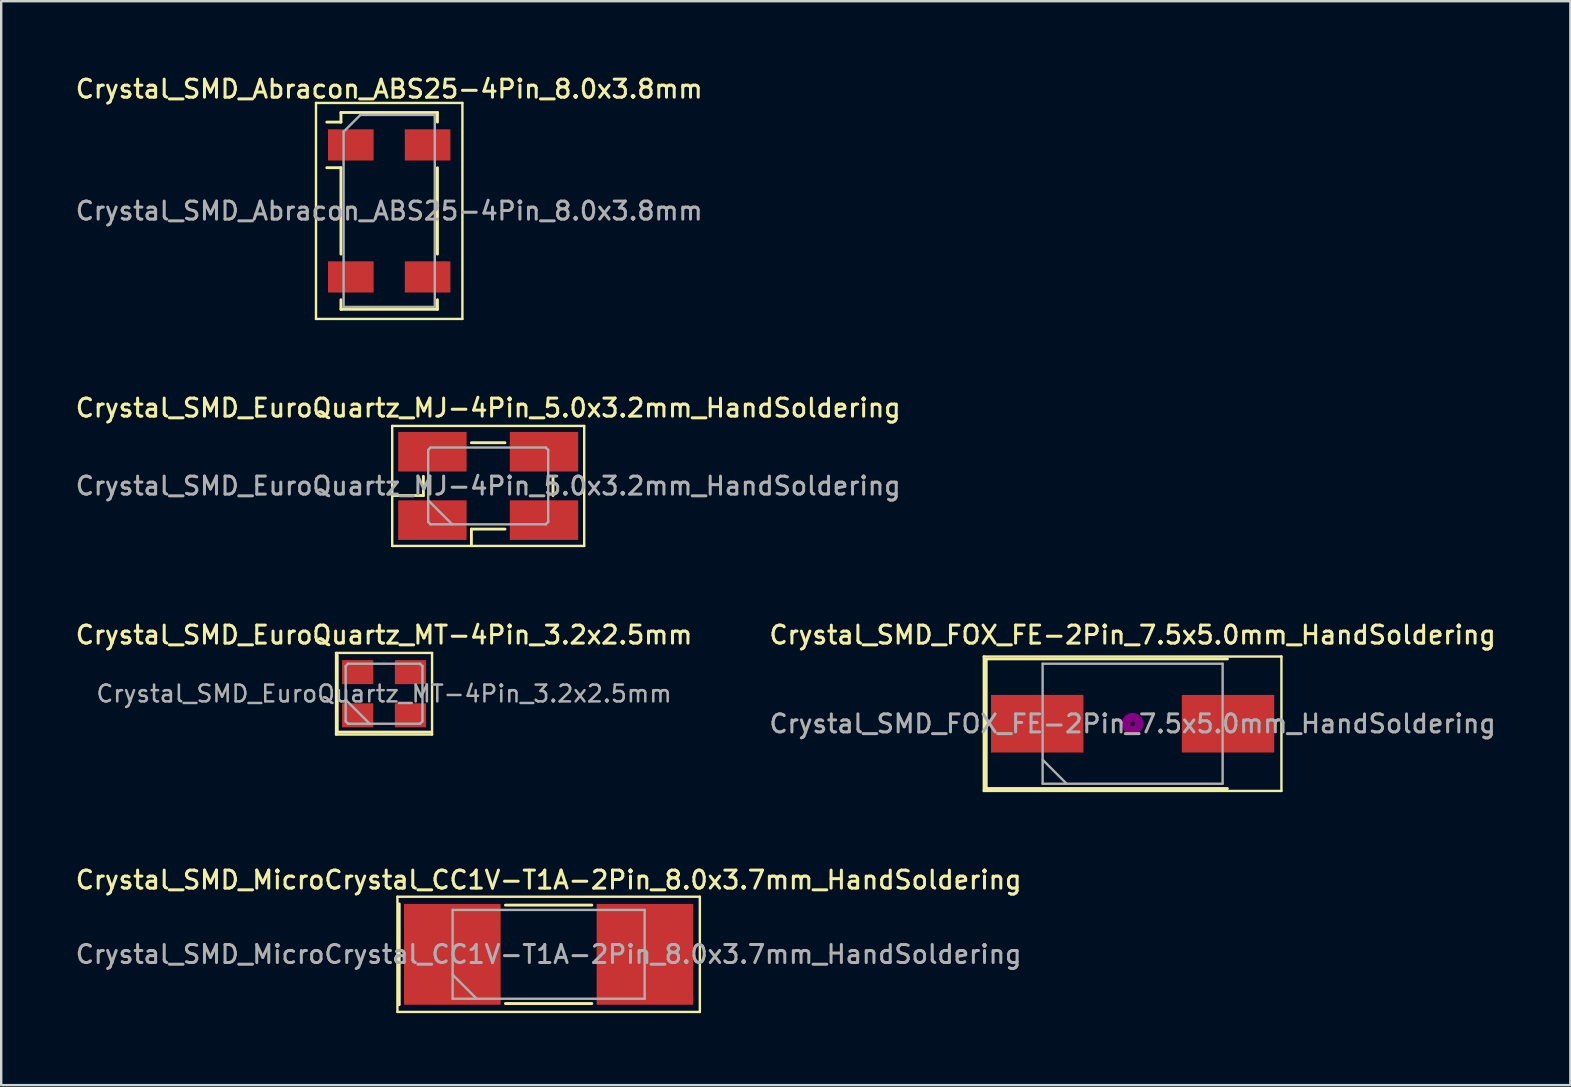
<source format=kicad_pcb>
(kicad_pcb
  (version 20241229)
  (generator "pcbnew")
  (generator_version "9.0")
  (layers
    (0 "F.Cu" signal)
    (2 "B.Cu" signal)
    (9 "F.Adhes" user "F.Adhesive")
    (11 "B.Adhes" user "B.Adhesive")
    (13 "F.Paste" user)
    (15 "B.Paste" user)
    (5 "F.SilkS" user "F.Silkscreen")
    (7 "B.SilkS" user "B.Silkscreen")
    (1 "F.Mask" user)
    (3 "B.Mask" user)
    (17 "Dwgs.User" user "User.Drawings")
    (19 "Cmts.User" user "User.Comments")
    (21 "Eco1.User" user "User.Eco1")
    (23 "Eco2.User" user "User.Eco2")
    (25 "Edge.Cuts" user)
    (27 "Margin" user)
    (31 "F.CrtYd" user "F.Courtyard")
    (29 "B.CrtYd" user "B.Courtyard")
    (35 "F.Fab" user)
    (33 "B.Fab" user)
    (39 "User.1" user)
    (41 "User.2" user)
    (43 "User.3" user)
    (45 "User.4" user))
  (footprint "Crystal_SMD_MicroCrystal_CC1V-T1A-2Pin_8.0x3.7mm_HandSoldering"
    (layer "F.Cu")
    (at 19.809 36.712)
    (property "Reference" "Crystal_SMD_MicroCrystal_CC1V-T1A-2Pin_8.0x3.7mm_HandSoldering" (at 0 -3.1 0) (layer "F.SilkS") (effects (font (size 0.75 0.75) (thickness 0.125))))
    (attr smd)
    (fp_line (start -6.3 -2.4) (end -6.3 2.4) (stroke (width 0.1) (type solid)) (layer "F.SilkS"))
    (fp_line (start -6.3 2.4) (end 6.3 2.4) (stroke (width 0.1) (type solid)) (layer "F.SilkS"))
    (fp_line (start -6.225 -2.1) (end -6.225 2.1) (stroke (width 0.12) (type solid)) (layer "F.SilkS"))
    (fp_line (start -1.8 -2.05) (end 1.8 -2.05) (stroke (width 0.12) (type solid)) (layer "F.SilkS"))
    (fp_line (start -1.8 2.05) (end 1.8 2.05) (stroke (width 0.12) (type solid)) (layer "F.SilkS"))
    (fp_line (start 6.3 -2.4) (end -6.3 -2.4) (stroke (width 0.1) (type solid)) (layer "F.SilkS"))
    (fp_line (start 6.3 2.4) (end 6.3 -2.4) (stroke (width 0.1) (type solid)) (layer "F.SilkS"))
    (fp_line (start -4 -1.85) (end -4 1.85) (stroke (width 0.1) (type solid)) (layer "F.Fab"))
    (fp_line (start -4 0.85) (end -3 1.85) (stroke (width 0.1) (type solid)) (layer "F.Fab"))
    (fp_line (start -4 1.85) (end 4 1.85) (stroke (width 0.1) (type solid)) (layer "F.Fab"))
    (fp_line (start 4 -1.85) (end -4 -1.85) (stroke (width 0.1) (type solid)) (layer "F.Fab"))
    (fp_line (start 4 1.85) (end 4 -1.85) (stroke (width 0.1) (type solid)) (layer "F.Fab"))
    (fp_text user "${REFERENCE}" (at 0 0 0) (layer "F.Fab") (effects (font (size 0.75 0.75) (thickness 0.125))))
    (pad "1" smd rect (at -4.013 0) (size 4.025 4.2) (layers "F.Cu" "F.Mask" "F.Paste"))
    (pad "2" smd rect (at 4.013 0) (size 4.025 4.2) (layers "F.Cu" "F.Mask" "F.Paste")))
  (footprint "Crystal_SMD_FOX_FE-2Pin_7.5x5.0mm_HandSoldering"
    (layer "F.Cu")
    (at 44.141 27.104)
    (property "Reference" "Crystal_SMD_FOX_FE-2Pin_7.5x5.0mm_HandSoldering" (at 0 -3.7 0) (layer "F.SilkS") (effects (font (size 0.75 0.75) (thickness 0.125))))
    (attr smd)
    (fp_line (start -6.2 -2.8) (end -6.2 2.8) (stroke (width 0.1) (type solid)) (layer "F.SilkS"))
    (fp_line (start -6.2 2.8) (end 6.2 2.8) (stroke (width 0.1) (type solid)) (layer "F.SilkS"))
    (fp_line (start -6.1 -2.7) (end -6.1 2.7) (stroke (width 0.12) (type solid)) (layer "F.SilkS"))
    (fp_line (start -6.1 2.7) (end 3.95 2.7) (stroke (width 0.12) (type solid)) (layer "F.SilkS"))
    (fp_line (start 3.95 -2.7) (end -6.1 -2.7) (stroke (width 0.12) (type solid)) (layer "F.SilkS"))
    (fp_line (start 6.2 -2.8) (end -6.2 -2.8) (stroke (width 0.1) (type solid)) (layer "F.SilkS"))
    (fp_line (start 6.2 2.8) (end 6.2 -2.8) (stroke (width 0.1) (type solid)) (layer "F.SilkS"))
    (fp_circle (center 0 0) (end 0.093 0) (stroke (width 0.187) (type solid)) (fill no) (layer "F.Adhes"))
    (fp_circle (center 0 0) (end 0.213 0) (stroke (width 0.133) (type solid)) (fill no) (layer "F.Adhes"))
    (fp_circle (center 0 0) (end 0.333 0) (stroke (width 0.133) (type solid)) (fill no) (layer "F.Adhes"))
    (fp_circle (center 0 0) (end 0.4 0) (stroke (width 0.1) (type solid)) (fill no) (layer "F.Adhes"))
    (fp_line (start -3.75 -2.5) (end -3.75 2.5) (stroke (width 0.1) (type solid)) (layer "F.Fab"))
    (fp_line (start -3.75 1.5) (end -2.75 2.5) (stroke (width 0.1) (type solid)) (layer "F.Fab"))
    (fp_line (start -3.75 2.5) (end 3.75 2.5) (stroke (width 0.1) (type solid)) (layer "F.Fab"))
    (fp_line (start 3.75 -2.5) (end -3.75 -2.5) (stroke (width 0.1) (type solid)) (layer "F.Fab"))
    (fp_line (start 3.75 2.5) (end 3.75 -2.5) (stroke (width 0.1) (type solid)) (layer "F.Fab"))
    (fp_text user "${REFERENCE}" (at 0 0 0) (layer "F.Fab") (effects (font (size 0.75 0.75) (thickness 0.125))))
    (pad "1" smd rect (at -3.975 0) (size 3.85 2.4) (layers "F.Cu" "F.Mask" "F.Paste"))
    (pad "2" smd rect (at 3.975 0) (size 3.85 2.4) (layers "F.Cu" "F.Mask" "F.Paste")))
  (footprint "Crystal_SMD_EuroQuartz_MJ-4Pin_5.0x3.2mm_HandSoldering"
    (layer "F.Cu")
    (at 17.291 17.196)
    (property "Reference" "Crystal_SMD_EuroQuartz_MJ-4Pin_5.0x3.2mm_HandSoldering" (at 0 -3.25 0) (layer "F.SilkS") (effects (font (size 0.75 0.75) (thickness 0.125))))
    (attr smd)
    (fp_line (start -4 -2.5) (end -4 2.5) (stroke (width 0.1) (type solid)) (layer "F.SilkS"))
    (fp_line (start -4 2.5) (end 4 2.5) (stroke (width 0.1) (type solid)) (layer "F.SilkS"))
    (fp_line (start -3.95 0.4) (end -2.7 0.4) (stroke (width 0.12) (type solid)) (layer "F.SilkS"))
    (fp_line (start -2.7 0.4) (end -2.7 -0.4) (stroke (width 0.12) (type solid)) (layer "F.SilkS"))
    (fp_line (start -0.7 -1.8) (end 0.7 -1.8) (stroke (width 0.12) (type solid)) (layer "F.SilkS"))
    (fp_line (start -0.7 1.8) (end -0.7 2.45) (stroke (width 0.12) (type solid)) (layer "F.SilkS"))
    (fp_line (start 0.7 1.8) (end -0.7 1.8) (stroke (width 0.12) (type solid)) (layer "F.SilkS"))
    (fp_line (start 2.7 -0.4) (end 2.7 0.4) (stroke (width 0.12) (type solid)) (layer "F.SilkS"))
    (fp_line (start 4 -2.5) (end -4 -2.5) (stroke (width 0.1) (type solid)) (layer "F.SilkS"))
    (fp_line (start 4 2.5) (end 4 -2.5) (stroke (width 0.1) (type solid)) (layer "F.SilkS"))
    (fp_line (start -2.5 -1.5) (end -2.4 -1.6) (stroke (width 0.1) (type solid)) (layer "F.Fab"))
    (fp_line (start -2.5 0.6) (end -1.5 1.6) (stroke (width 0.1) (type solid)) (layer "F.Fab"))
    (fp_line (start -2.5 1.5) (end -2.5 -1.5) (stroke (width 0.1) (type solid)) (layer "F.Fab"))
    (fp_line (start -2.4 -1.6) (end 2.4 -1.6) (stroke (width 0.1) (type solid)) (layer "F.Fab"))
    (fp_line (start -2.4 1.6) (end -2.5 1.5) (stroke (width 0.1) (type solid)) (layer "F.Fab"))
    (fp_line (start 2.4 -1.6) (end 2.5 -1.5) (stroke (width 0.1) (type solid)) (layer "F.Fab"))
    (fp_line (start 2.4 1.6) (end -2.4 1.6) (stroke (width 0.1) (type solid)) (layer "F.Fab"))
    (fp_line (start 2.5 -1.5) (end 2.5 1.5) (stroke (width 0.1) (type solid)) (layer "F.Fab"))
    (fp_line (start 2.5 1.5) (end 2.4 1.6) (stroke (width 0.1) (type solid)) (layer "F.Fab"))
    (fp_text user "${REFERENCE}" (at 0 0 0) (layer "F.Fab") (effects (font (size 0.75 0.75) (thickness 0.125))))
    (pad "1" smd rect (at -2.325 1.425) (size 2.85 1.65) (layers "F.Cu" "F.Mask" "F.Paste"))
    (pad "2" smd rect (at 2.325 1.425) (size 2.85 1.65) (layers "F.Cu" "F.Mask" "F.Paste"))
    (pad "3" smd rect (at 2.325 -1.425) (size 2.85 1.65) (layers "F.Cu" "F.Mask" "F.Paste"))
    (pad "4" smd rect (at -2.325 -1.425) (size 2.85 1.65) (layers "F.Cu" "F.Mask" "F.Paste")))
  (footprint "Crystal_SMD_EuroQuartz_MT-4Pin_3.2x2.5mm"
    (layer "F.Cu")
    (at 12.952 25.854)
    (property "Reference" "Crystal_SMD_EuroQuartz_MT-4Pin_3.2x2.5mm" (at 0 -2.45 0) (layer "F.SilkS") (effects (font (size 0.75 0.75) (thickness 0.125))))
    (attr smd)
    (fp_line (start -2 -1.7) (end -2 1.7) (stroke (width 0.1) (type solid)) (layer "F.SilkS"))
    (fp_line (start -2 1.7) (end 2 1.7) (stroke (width 0.1) (type solid)) (layer "F.SilkS"))
    (fp_line (start -1.95 -1.6) (end -1.95 1.6) (stroke (width 0.12) (type solid)) (layer "F.SilkS"))
    (fp_line (start -1.95 1.6) (end 1.95 1.6) (stroke (width 0.12) (type solid)) (layer "F.SilkS"))
    (fp_line (start 2 -1.7) (end -2 -1.7) (stroke (width 0.1) (type solid)) (layer "F.SilkS"))
    (fp_line (start 2 1.7) (end 2 -1.7) (stroke (width 0.1) (type solid)) (layer "F.SilkS"))
    (fp_line (start -1.6 -1.15) (end -1.5 -1.25) (stroke (width 0.1) (type solid)) (layer "F.Fab"))
    (fp_line (start -1.6 0.25) (end -0.6 1.25) (stroke (width 0.1) (type solid)) (layer "F.Fab"))
    (fp_line (start -1.6 1.15) (end -1.6 -1.15) (stroke (width 0.1) (type solid)) (layer "F.Fab"))
    (fp_line (start -1.5 -1.25) (end 1.5 -1.25) (stroke (width 0.1) (type solid)) (layer "F.Fab"))
    (fp_line (start -1.5 1.25) (end -1.6 1.15) (stroke (width 0.1) (type solid)) (layer "F.Fab"))
    (fp_line (start 1.5 -1.25) (end 1.6 -1.15) (stroke (width 0.1) (type solid)) (layer "F.Fab"))
    (fp_line (start 1.5 1.25) (end -1.5 1.25) (stroke (width 0.1) (type solid)) (layer "F.Fab"))
    (fp_line (start 1.6 -1.15) (end 1.6 1.15) (stroke (width 0.1) (type solid)) (layer "F.Fab"))
    (fp_line (start 1.6 1.15) (end 1.5 1.25) (stroke (width 0.1) (type solid)) (layer "F.Fab"))
    (fp_text user "${REFERENCE}" (at 0 0 0) (layer "F.Fab") (effects (font (size 0.7 0.7) (thickness 0.105))))
    (pad "1" smd rect (at -1.1 0.9) (size 1.3 1) (layers "F.Cu" "F.Mask" "F.Paste"))
    (pad "2" smd rect (at 1.1 0.9) (size 1.3 1) (layers "F.Cu" "F.Mask" "F.Paste"))
    (pad "3" smd rect (at 1.1 -0.9) (size 1.3 1) (layers "F.Cu" "F.Mask" "F.Paste"))
    (pad "4" smd rect (at -1.1 -0.9) (size 1.3 1) (layers "F.Cu" "F.Mask" "F.Paste")))
  (footprint "Crystal_SMD_Abracon_ABS25-4Pin_8.0x3.8mm"
    (layer "F.Cu")
    (at 13.166 5.738)
    (property "Reference" "Crystal_SMD_Abracon_ABS25-4Pin_8.0x3.8mm" (at 0 -5.08 0) (layer "F.SilkS") (effects (font (size 0.75 0.75) (thickness 0.125))))
    (attr smd)
    (fp_line (start -3.05 -4.5) (end -3.05 4.5) (stroke (width 0.1) (type solid)) (layer "F.SilkS"))
    (fp_line (start -3.05 4.5) (end 3.05 4.5) (stroke (width 0.1) (type solid)) (layer "F.SilkS"))
    (fp_line (start -2.6 -3.7) (end -2.01 -3.7) (stroke (width 0.12) (type solid)) (layer "F.SilkS"))
    (fp_line (start -2.01 -4.1) (end -2.01 -3.7) (stroke (width 0.12) (type solid)) (layer "F.SilkS"))
    (fp_line (start -2.01 -1.8) (end -2.6 -1.8) (stroke (width 0.12) (type solid)) (layer "F.SilkS"))
    (fp_line (start -2.01 -1.8) (end -2.01 1.8) (stroke (width 0.12) (type solid)) (layer "F.SilkS"))
    (fp_line (start -2.01 4.1) (end -2.01 3.7) (stroke (width 0.12) (type solid)) (layer "F.SilkS"))
    (fp_line (start 2.01 -4.1) (end -2.01 -4.1) (stroke (width 0.12) (type solid)) (layer "F.SilkS"))
    (fp_line (start 2.01 -4.1) (end 2.01 -3.7) (stroke (width 0.12) (type solid)) (layer "F.SilkS"))
    (fp_line (start 2.01 -1.8) (end 2.01 1.8) (stroke (width 0.12) (type solid)) (layer "F.SilkS"))
    (fp_line (start 2.01 4.1) (end -2.01 4.1) (stroke (width 0.12) (type solid)) (layer "F.SilkS"))
    (fp_line (start 2.01 4.1) (end 2.01 3.7) (stroke (width 0.12) (type solid)) (layer "F.SilkS"))
    (fp_line (start 3.05 -4.5) (end -3.05 -4.5) (stroke (width 0.1) (type solid)) (layer "F.SilkS"))
    (fp_line (start 3.05 4.5) (end 3.05 -4.5) (stroke (width 0.1) (type solid)) (layer "F.SilkS"))
    (fp_line (start -1.9 -3.3) (end -1.2 -4) (stroke (width 0.1) (type solid)) (layer "F.Fab"))
    (fp_line (start -1.9 4) (end -1.9 -3.3) (stroke (width 0.1) (type solid)) (layer "F.Fab"))
    (fp_line (start -1.2 -4) (end 1.9 -4) (stroke (width 0.1) (type solid)) (layer "F.Fab"))
    (fp_line (start 1.9 -4) (end 1.9 4) (stroke (width 0.1) (type solid)) (layer "F.Fab"))
    (fp_line (start 1.9 4) (end -1.9 4) (stroke (width 0.1) (type solid)) (layer "F.Fab"))
    (fp_text user "${REFERENCE}" (at 0 0 0) (layer "F.Fab") (effects (font (size 0.75 0.75) (thickness 0.125))))
    (pad "1" smd rect (at -1.6 -2.75 270) (size 1.3 1.9) (layers "F.Cu" "F.Mask" "F.Paste"))
    (pad "2" smd rect (at -1.6 2.75 270) (size 1.3 1.9) (layers "F.Cu" "F.Mask" "F.Paste"))
    (pad "3" smd rect (at 1.6 2.75 270) (size 1.3 1.9) (layers "F.Cu" "F.Mask" "F.Paste"))
    (pad "4" smd rect (at 1.6 -2.75 270) (size 1.3 1.9) (layers "F.Cu" "F.Mask" "F.Paste")))
  (gr_rect
    (start -3 -3)
    (end 62.379 42.163)
    (stroke (width 0.1) (type default))
    (fill no)
    (layer "Edge.Cuts")))
</source>
